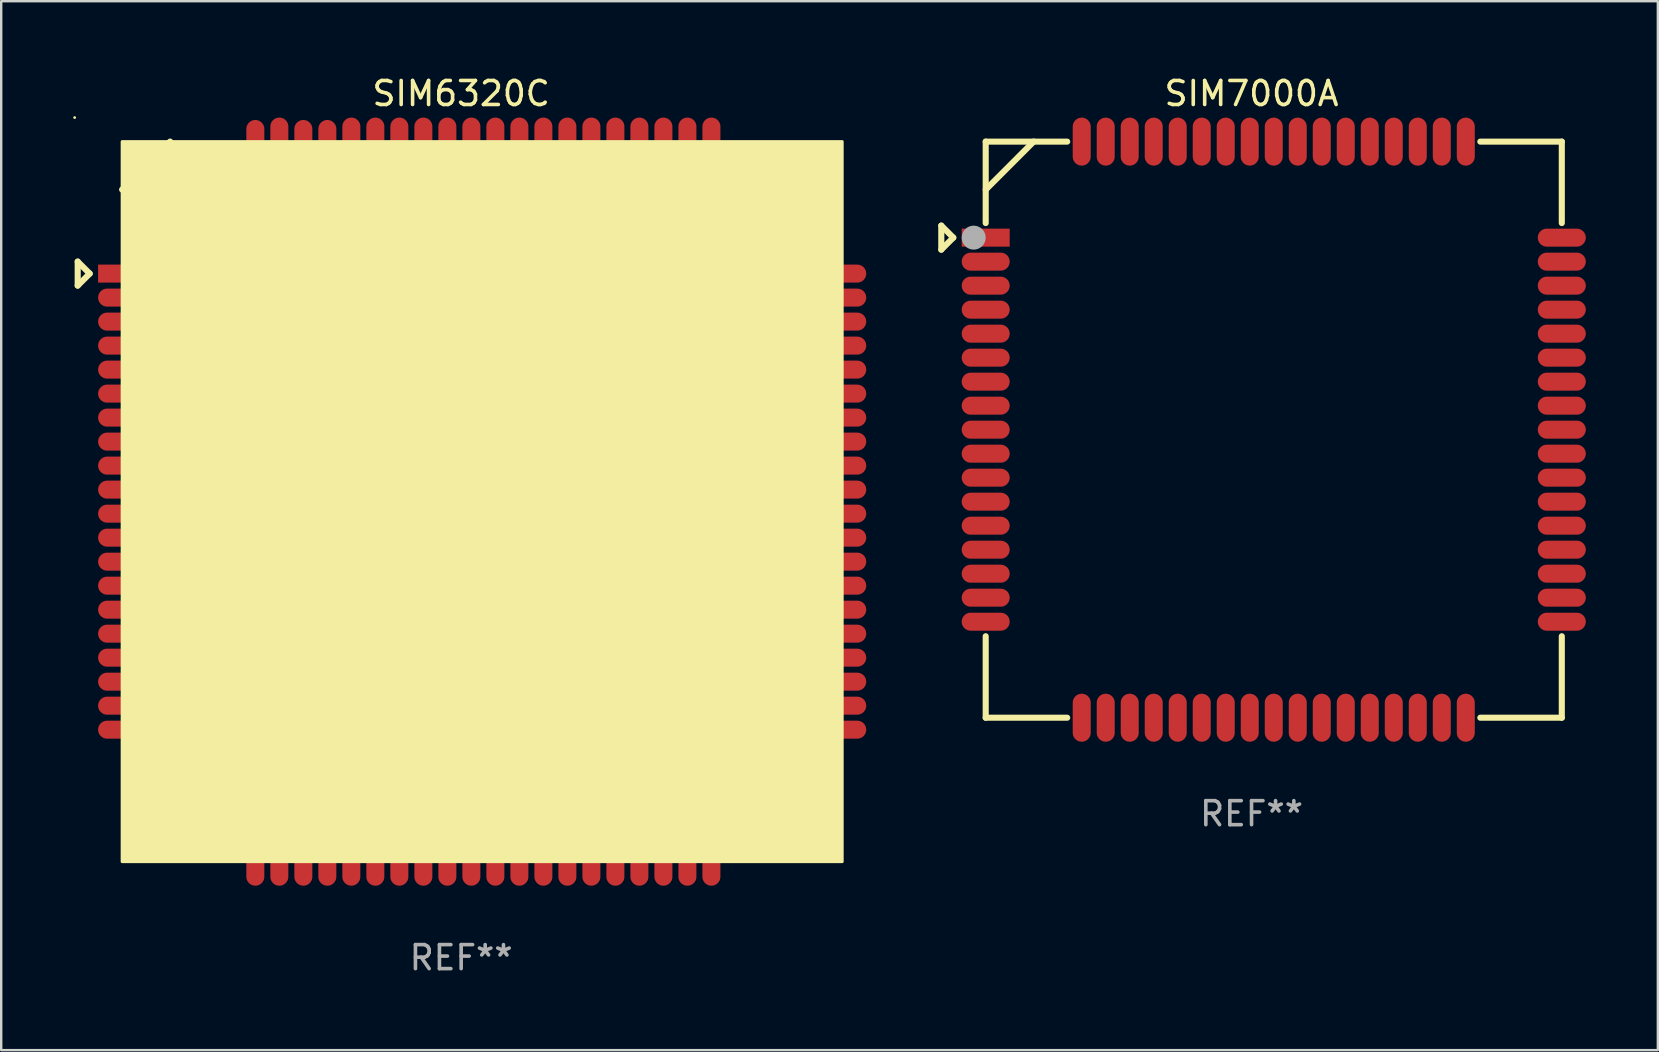
<source format=kicad_pcb>
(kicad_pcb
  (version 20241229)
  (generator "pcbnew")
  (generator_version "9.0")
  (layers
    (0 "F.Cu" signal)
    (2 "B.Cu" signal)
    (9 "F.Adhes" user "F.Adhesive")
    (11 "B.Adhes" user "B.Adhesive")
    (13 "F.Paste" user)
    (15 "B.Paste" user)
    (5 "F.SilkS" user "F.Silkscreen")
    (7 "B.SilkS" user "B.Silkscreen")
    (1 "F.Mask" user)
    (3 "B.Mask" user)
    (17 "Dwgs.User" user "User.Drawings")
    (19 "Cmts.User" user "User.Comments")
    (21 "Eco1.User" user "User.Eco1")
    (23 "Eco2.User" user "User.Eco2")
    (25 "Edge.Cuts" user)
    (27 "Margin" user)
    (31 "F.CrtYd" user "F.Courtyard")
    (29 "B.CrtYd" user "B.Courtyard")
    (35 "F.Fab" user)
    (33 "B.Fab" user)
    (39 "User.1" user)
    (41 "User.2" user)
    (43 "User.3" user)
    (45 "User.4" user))
  (footprint "SIM6320C"
    (layer "F.Cu")
    (at 16.162 17.848)
    (property "Reference" "SIM6320C" (at 0 -17 0) (layer "F.SilkS") (effects (font (size 1 1) (thickness 0.15))))
    (attr through_hole)
    (fp_line (start -15.975 -10) (end -15.975 -9) (stroke (width 0.254) (type solid)) (layer "F.SilkS"))
    (fp_line (start -15.975 -9) (end -15.475 -9.5) (stroke (width 0.254) (type solid)) (layer "F.SilkS"))
    (fp_line (start -15.475 -9.5) (end -15.975 -10) (stroke (width 0.254) (type solid)) (layer "F.SilkS"))
    (fp_line (start -12.125 -15) (end -14.125 -13) (stroke (width 0.254) (type solid)) (layer "F.SilkS"))
    (fp_circle (center -16.102 -16) (end -16.072 -16) (stroke (width 0.06) (type solid)) (fill no) (layer "F.SilkS"))
    (fp_poly (pts (xy -14.125 -15) (xy 15.875 -15) (xy 15.875 15) (xy -14.125 15)) (stroke (width 0.12) (type solid)) (fill yes) (layer "F.SilkS"))
    (fp_text user "REF**" (at 0 19 0) (layer "F.Fab") (effects (font (size 1 1) (thickness 0.15))))
    (pad "1" smd rect (at -14.125 -9.5) (size 2 0.75) (layers "F.Cu" "F.Mask" "F.Paste"))
    (pad "2" smd oval (at -14.125 -8.5) (size 2 0.75) (layers "F.Cu" "F.Mask" "F.Paste"))
    (pad "3" smd oval (at -14.125 -7.5) (size 2 0.75) (layers "F.Cu" "F.Mask" "F.Paste"))
    (pad "4" smd oval (at -14.125 -6.5) (size 2 0.75) (layers "F.Cu" "F.Mask" "F.Paste"))
    (pad "5" smd oval (at -14.125 -5.5) (size 2 0.75) (layers "F.Cu" "F.Mask" "F.Paste"))
    (pad "6" smd oval (at -14.125 -4.5) (size 2 0.75) (layers "F.Cu" "F.Mask" "F.Paste"))
    (pad "7" smd oval (at -14.125 -3.5) (size 2 0.75) (layers "F.Cu" "F.Mask" "F.Paste"))
    (pad "8" smd oval (at -14.125 -2.5) (size 2 0.75) (layers "F.Cu" "F.Mask" "F.Paste"))
    (pad "9" smd oval (at -14.125 -1.5) (size 2 0.75) (layers "F.Cu" "F.Mask" "F.Paste"))
    (pad "10" smd oval (at -14.125 -0.5) (size 2 0.75) (layers "F.Cu" "F.Mask" "F.Paste"))
    (pad "11" smd oval (at -14.125 0.5) (size 2 0.75) (layers "F.Cu" "F.Mask" "F.Paste"))
    (pad "12" smd oval (at -14.125 1.5) (size 2 0.75) (layers "F.Cu" "F.Mask" "F.Paste"))
    (pad "13" smd oval (at -14.125 2.5) (size 2 0.75) (layers "F.Cu" "F.Mask" "F.Paste"))
    (pad "14" smd oval (at -14.125 3.5) (size 2 0.75) (layers "F.Cu" "F.Mask" "F.Paste"))
    (pad "15" smd oval (at -14.125 4.5) (size 2 0.75) (layers "F.Cu" "F.Mask" "F.Paste"))
    (pad "16" smd oval (at -14.125 5.5) (size 2 0.75) (layers "F.Cu" "F.Mask" "F.Paste"))
    (pad "17" smd oval (at -14.125 6.5) (size 2 0.75) (layers "F.Cu" "F.Mask" "F.Paste"))
    (pad "18" smd oval (at -14.125 7.5) (size 2 0.75) (layers "F.Cu" "F.Mask" "F.Paste"))
    (pad "19" smd oval (at -14.125 8.5) (size 2 0.75) (layers "F.Cu" "F.Mask" "F.Paste"))
    (pad "20" smd oval (at -14.125 9.5) (size 2 0.75) (layers "F.Cu" "F.Mask" "F.Paste"))
    (pad "21" smd oval (at -8.575 15 90) (size 2 0.75) (layers "F.Cu" "F.Mask" "F.Paste"))
    (pad "22" smd oval (at -7.575 15 90) (size 2 0.75) (layers "F.Cu" "F.Mask" "F.Paste"))
    (pad "23" smd oval (at -6.575 15 90) (size 2 0.75) (layers "F.Cu" "F.Mask" "F.Paste"))
    (pad "24" smd oval (at -5.575 15 90) (size 2 0.75) (layers "F.Cu" "F.Mask" "F.Paste"))
    (pad "25" smd oval (at -4.575 15 90) (size 2 0.75) (layers "F.Cu" "F.Mask" "F.Paste"))
    (pad "26" smd oval (at -3.575 15 90) (size 2 0.75) (layers "F.Cu" "F.Mask" "F.Paste"))
    (pad "27" smd oval (at -2.575 15 90) (size 2 0.75) (layers "F.Cu" "F.Mask" "F.Paste"))
    (pad "28" smd oval (at -1.575 15 90) (size 2 0.75) (layers "F.Cu" "F.Mask" "F.Paste"))
    (pad "29" smd oval (at -0.575 15 90) (size 2 0.75) (layers "F.Cu" "F.Mask" "F.Paste"))
    (pad "30" smd oval (at 0.425 15 90) (size 2 0.75) (layers "F.Cu" "F.Mask" "F.Paste"))
    (pad "31" smd oval (at 1.425 15 90) (size 2 0.75) (layers "F.Cu" "F.Mask" "F.Paste"))
    (pad "32" smd oval (at 2.425 15 90) (size 2 0.75) (layers "F.Cu" "F.Mask" "F.Paste"))
    (pad "33" smd oval (at 3.425 15 90) (size 2 0.75) (layers "F.Cu" "F.Mask" "F.Paste"))
    (pad "34" smd oval (at 4.425 15 90) (size 2 0.75) (layers "F.Cu" "F.Mask" "F.Paste"))
    (pad "35" smd oval (at 5.425 15 90) (size 2 0.75) (layers "F.Cu" "F.Mask" "F.Paste"))
    (pad "36" smd oval (at 6.425 15 90) (size 2 0.75) (layers "F.Cu" "F.Mask" "F.Paste"))
    (pad "37" smd oval (at 7.425 15 90) (size 2 0.75) (layers "F.Cu" "F.Mask" "F.Paste"))
    (pad "38" smd oval (at 8.425 15 90) (size 2 0.75) (layers "F.Cu" "F.Mask" "F.Paste"))
    (pad "39" smd oval (at 9.425 15 90) (size 2 0.75) (layers "F.Cu" "F.Mask" "F.Paste"))
    (pad "40" smd oval (at 10.425 15 90) (size 2 0.75) (layers "F.Cu" "F.Mask" "F.Paste"))
    (pad "41" smd oval (at 15.875 9.5 180) (size 2 0.75) (layers "F.Cu" "F.Mask" "F.Paste"))
    (pad "42" smd oval (at 15.875 8.5 180) (size 2 0.75) (layers "F.Cu" "F.Mask" "F.Paste"))
    (pad "43" smd oval (at 15.875 7.5 180) (size 2 0.75) (layers "F.Cu" "F.Mask" "F.Paste"))
    (pad "44" smd oval (at 15.875 6.5 180) (size 2 0.75) (layers "F.Cu" "F.Mask" "F.Paste"))
    (pad "45" smd oval (at 15.875 5.5 180) (size 2 0.75) (layers "F.Cu" "F.Mask" "F.Paste"))
    (pad "46" smd oval (at 15.875 4.5 180) (size 2 0.75) (layers "F.Cu" "F.Mask" "F.Paste"))
    (pad "47" smd oval (at 15.875 3.5 180) (size 2 0.75) (layers "F.Cu" "F.Mask" "F.Paste"))
    (pad "48" smd oval (at 15.875 2.5 180) (size 2 0.75) (layers "F.Cu" "F.Mask" "F.Paste"))
    (pad "49" smd oval (at 15.875 1.5 180) (size 2 0.75) (layers "F.Cu" "F.Mask" "F.Paste"))
    (pad "50" smd oval (at 15.875 0.5 180) (size 2 0.75) (layers "F.Cu" "F.Mask" "F.Paste"))
    (pad "51" smd oval (at 15.875 -0.5 180) (size 2 0.75) (layers "F.Cu" "F.Mask" "F.Paste"))
    (pad "52" smd oval (at 15.875 -1.5 180) (size 2 0.75) (layers "F.Cu" "F.Mask" "F.Paste"))
    (pad "53" smd oval (at 15.875 -2.5 180) (size 2 0.75) (layers "F.Cu" "F.Mask" "F.Paste"))
    (pad "54" smd oval (at 15.875 -3.5 180) (size 2 0.75) (layers "F.Cu" "F.Mask" "F.Paste"))
    (pad "55" smd oval (at 15.875 -4.5 180) (size 2 0.75) (layers "F.Cu" "F.Mask" "F.Paste"))
    (pad "56" smd oval (at 15.875 -5.5 180) (size 2 0.75) (layers "F.Cu" "F.Mask" "F.Paste"))
    (pad "57" smd oval (at 15.975 -6.5 180) (size 1.8 0.75) (layers "F.Cu" "F.Mask" "F.Paste"))
    (pad "58" smd oval (at 15.975 -7.5 180) (size 1.8 0.75) (layers "F.Cu" "F.Mask" "F.Paste"))
    (pad "59" smd oval (at 15.875 -8.5 180) (size 2 0.75) (layers "F.Cu" "F.Mask" "F.Paste"))
    (pad "60" smd oval (at 15.975 -9.5 180) (size 1.8 0.75) (layers "F.Cu" "F.Mask" "F.Paste"))
    (pad "61" smd oval (at 10.425 -15 270) (size 2 0.75) (layers "F.Cu" "F.Mask" "F.Paste"))
    (pad "62" smd oval (at 9.425 -15 270) (size 2 0.75) (layers "F.Cu" "F.Mask" "F.Paste"))
    (pad "63" smd oval (at 8.425 -15 270) (size 2 0.75) (layers "F.Cu" "F.Mask" "F.Paste"))
    (pad "64" smd oval (at 7.425 -15 270) (size 2 0.75) (layers "F.Cu" "F.Mask" "F.Paste"))
    (pad "65" smd oval (at 6.425 -15 270) (size 2 0.75) (layers "F.Cu" "F.Mask" "F.Paste"))
    (pad "66" smd oval (at 5.425 -15 270) (size 2 0.75) (layers "F.Cu" "F.Mask" "F.Paste"))
    (pad "67" smd oval (at 4.425 -15 270) (size 2 0.75) (layers "F.Cu" "F.Mask" "F.Paste"))
    (pad "68" smd oval (at 3.425 -15 270) (size 2 0.75) (layers "F.Cu" "F.Mask" "F.Paste"))
    (pad "69" smd oval (at 2.425 -15 270) (size 2 0.75) (layers "F.Cu" "F.Mask" "F.Paste"))
    (pad "70" smd oval (at 1.425 -15 270) (size 2 0.75) (layers "F.Cu" "F.Mask" "F.Paste"))
    (pad "71" smd oval (at 0.425 -15 270) (size 2 0.75) (layers "F.Cu" "F.Mask" "F.Paste"))
    (pad "72" smd oval (at -0.575 -15 270) (size 2 0.75) (layers "F.Cu" "F.Mask" "F.Paste"))
    (pad "73" smd oval (at -1.575 -15 270) (size 2 0.75) (layers "F.Cu" "F.Mask" "F.Paste"))
    (pad "74" smd oval (at -2.575 -15 270) (size 2 0.75) (layers "F.Cu" "F.Mask" "F.Paste"))
    (pad "75" smd oval (at -3.575 -15 270) (size 2 0.75) (layers "F.Cu" "F.Mask" "F.Paste"))
    (pad "76" smd oval (at -4.575 -15 270) (size 2 0.75) (layers "F.Cu" "F.Mask" "F.Paste"))
    (pad "77" smd oval (at -5.575 -15 270) (size 1.8 0.75) (layers "F.Cu" "F.Mask" "F.Paste"))
    (pad "78" smd oval (at -6.575 -15 270) (size 1.8 0.75) (layers "F.Cu" "F.Mask" "F.Paste"))
    (pad "79" smd oval (at -7.575 -15 270) (size 2 0.75) (layers "F.Cu" "F.Mask" "F.Paste"))
    (pad "80" smd oval (at -8.575 -15 270) (size 1.8 0.75) (layers "F.Cu" "F.Mask" "F.Paste")))
  (footprint "SIM7000A"
    (layer "F.Cu")
    (at 49.089 14.849)
    (property "Reference" "SIM7000A" (at 0 -14.001 0) (layer "F.SilkS") (effects (font (size 1 1) (thickness 0.15))))
    (attr through_hole)
    (fp_line (start -12.925 -8.5) (end -12.925 -7.499) (stroke (width 0.254) (type solid)) (layer "F.SilkS"))
    (fp_line (start -12.925 -7.499) (end -12.425 -7.999) (stroke (width 0.254) (type solid)) (layer "F.SilkS"))
    (fp_line (start -12.425 -7.999) (end -12.925 -8.5) (stroke (width 0.254) (type solid)) (layer "F.SilkS"))
    (fp_line (start -11.075 -11.999) (end -7.681 -11.999) (stroke (width 0.254) (type solid)) (layer "F.SilkS"))
    (fp_line (start -11.075 -8.606) (end -11.075 -11.999) (stroke (width 0.254) (type solid)) (layer "F.SilkS"))
    (fp_line (start -11.075 12.001) (end -11.075 8.607) (stroke (width 0.254) (type solid)) (layer "F.SilkS"))
    (fp_line (start -9.075 -12.001) (end -11.074 -9.999) (stroke (width 0.254) (type solid)) (layer "F.SilkS"))
    (fp_line (start -7.681 12.001) (end -11.075 12.001) (stroke (width 0.254) (type solid)) (layer "F.SilkS"))
    (fp_line (start 9.531 -11.999) (end 12.925 -11.999) (stroke (width 0.254) (type solid)) (layer "F.SilkS"))
    (fp_line (start 12.925 -11.999) (end 12.925 -8.606) (stroke (width 0.254) (type solid)) (layer "F.SilkS"))
    (fp_line (start 12.925 8.607) (end 12.925 12.001) (stroke (width 0.254) (type solid)) (layer "F.SilkS"))
    (fp_line (start 12.925 12.001) (end 9.531 12.001) (stroke (width 0.254) (type solid)) (layer "F.SilkS"))
    (fp_circle (center -11.08 -12.003) (end -11.05 -12.003) (stroke (width 0.06) (type solid)) (fill no) (layer "F.SilkS"))
    (fp_circle (center -11.575 -7.999) (end -11.325 -7.999) (stroke (width 0.5) (type solid)) (fill no) (layer "F.Fab"))
    (fp_text user "REF**" (at 0 16.001 0) (layer "F.Fab") (effects (font (size 1 1) (thickness 0.15))))
    (pad "1" smd rect (at -11.075 -7.999) (size 2 0.75) (layers "F.Cu" "F.Mask" "F.Paste"))
    (pad "2" smd oval (at -11.075 -6.999) (size 2 0.75) (layers "F.Cu" "F.Mask" "F.Paste"))
    (pad "3" smd oval (at -11.075 -5.999) (size 2 0.75) (layers "F.Cu" "F.Mask" "F.Paste"))
    (pad "4" smd oval (at -11.075 -4.999) (size 2 0.75) (layers "F.Cu" "F.Mask" "F.Paste"))
    (pad "5" smd oval (at -11.075 -3.999) (size 2 0.75) (layers "F.Cu" "F.Mask" "F.Paste"))
    (pad "6" smd oval (at -11.075 -2.999) (size 2 0.75) (layers "F.Cu" "F.Mask" "F.Paste"))
    (pad "7" smd oval (at -11.075 -1.999) (size 2 0.75) (layers "F.Cu" "F.Mask" "F.Paste"))
    (pad "8" smd oval (at -11.075 -0.999) (size 2 0.75) (layers "F.Cu" "F.Mask" "F.Paste"))
    (pad "9" smd oval (at -11.075 0.001) (size 2 0.75) (layers "F.Cu" "F.Mask" "F.Paste"))
    (pad "10" smd oval (at -11.075 1.001) (size 2 0.75) (layers "F.Cu" "F.Mask" "F.Paste"))
    (pad "11" smd oval (at -11.075 2.001) (size 2 0.75) (layers "F.Cu" "F.Mask" "F.Paste"))
    (pad "12" smd oval (at -11.075 3.001) (size 2 0.75) (layers "F.Cu" "F.Mask" "F.Paste"))
    (pad "13" smd oval (at -11.075 4.001) (size 2 0.75) (layers "F.Cu" "F.Mask" "F.Paste"))
    (pad "14" smd oval (at -11.075 5.001) (size 2 0.75) (layers "F.Cu" "F.Mask" "F.Paste"))
    (pad "15" smd oval (at -11.075 6.001) (size 2 0.75) (layers "F.Cu" "F.Mask" "F.Paste"))
    (pad "16" smd oval (at -11.075 7.001) (size 2 0.75) (layers "F.Cu" "F.Mask" "F.Paste"))
    (pad "17" smd oval (at -11.075 8.001) (size 2 0.75) (layers "F.Cu" "F.Mask" "F.Paste"))
    (pad "18" smd oval (at -7.075 12.001 90) (size 2 0.75) (layers "F.Cu" "F.Mask" "F.Paste"))
    (pad "19" smd oval (at -6.075 12.001 90) (size 2 0.75) (layers "F.Cu" "F.Mask" "F.Paste"))
    (pad "20" smd oval (at -5.075 12.001 90) (size 2 0.75) (layers "F.Cu" "F.Mask" "F.Paste"))
    (pad "21" smd oval (at -4.075 12.001 90) (size 2 0.75) (layers "F.Cu" "F.Mask" "F.Paste"))
    (pad "22" smd oval (at -3.075 12.001 90) (size 2 0.75) (layers "F.Cu" "F.Mask" "F.Paste"))
    (pad "23" smd oval (at -2.075 12.001 90) (size 2 0.75) (layers "F.Cu" "F.Mask" "F.Paste"))
    (pad "24" smd oval (at -1.075 12.001 90) (size 2 0.75) (layers "F.Cu" "F.Mask" "F.Paste"))
    (pad "25" smd oval (at -0.075 12.001 90) (size 2 0.75) (layers "F.Cu" "F.Mask" "F.Paste"))
    (pad "26" smd oval (at 0.925 12.001 90) (size 2 0.75) (layers "F.Cu" "F.Mask" "F.Paste"))
    (pad "27" smd oval (at 1.925 12.001 90) (size 2 0.75) (layers "F.Cu" "F.Mask" "F.Paste"))
    (pad "28" smd oval (at 2.925 12.001 90) (size 2 0.75) (layers "F.Cu" "F.Mask" "F.Paste"))
    (pad "29" smd oval (at 3.925 12.001 90) (size 2 0.75) (layers "F.Cu" "F.Mask" "F.Paste"))
    (pad "30" smd oval (at 4.925 12.001 90) (size 2 0.75) (layers "F.Cu" "F.Mask" "F.Paste"))
    (pad "31" smd oval (at 5.925 12.001 90) (size 2 0.75) (layers "F.Cu" "F.Mask" "F.Paste"))
    (pad "32" smd oval (at 6.925 12.001 90) (size 2 0.75) (layers "F.Cu" "F.Mask" "F.Paste"))
    (pad "33" smd oval (at 7.925 12.001 90) (size 2 0.75) (layers "F.Cu" "F.Mask" "F.Paste"))
    (pad "34" smd oval (at 8.925 12.001 90) (size 2 0.75) (layers "F.Cu" "F.Mask" "F.Paste"))
    (pad "35" smd oval (at 12.925 8.001 180) (size 2 0.75) (layers "F.Cu" "F.Mask" "F.Paste"))
    (pad "36" smd oval (at 12.925 7.001 180) (size 2 0.75) (layers "F.Cu" "F.Mask" "F.Paste"))
    (pad "37" smd oval (at 12.925 6.001 180) (size 2 0.75) (layers "F.Cu" "F.Mask" "F.Paste"))
    (pad "38" smd oval (at 12.925 5.001 180) (size 2 0.75) (layers "F.Cu" "F.Mask" "F.Paste"))
    (pad "39" smd oval (at 12.925 4.001 180) (size 2 0.75) (layers "F.Cu" "F.Mask" "F.Paste"))
    (pad "40" smd oval (at 12.925 3.001 180) (size 2 0.75) (layers "F.Cu" "F.Mask" "F.Paste"))
    (pad "41" smd oval (at 12.925 2.001 180) (size 2 0.75) (layers "F.Cu" "F.Mask" "F.Paste"))
    (pad "42" smd oval (at 12.925 1.001 180) (size 2 0.75) (layers "F.Cu" "F.Mask" "F.Paste"))
    (pad "43" smd oval (at 12.925 0.001 180) (size 2 0.75) (layers "F.Cu" "F.Mask" "F.Paste"))
    (pad "44" smd oval (at 12.925 -0.999 180) (size 2 0.75) (layers "F.Cu" "F.Mask" "F.Paste"))
    (pad "45" smd oval (at 12.925 -1.999 180) (size 2 0.75) (layers "F.Cu" "F.Mask" "F.Paste"))
    (pad "46" smd oval (at 12.925 -2.999 180) (size 2 0.75) (layers "F.Cu" "F.Mask" "F.Paste"))
    (pad "47" smd oval (at 12.925 -3.999 180) (size 2 0.75) (layers "F.Cu" "F.Mask" "F.Paste"))
    (pad "48" smd oval (at 12.925 -4.999 180) (size 2 0.75) (layers "F.Cu" "F.Mask" "F.Paste"))
    (pad "49" smd oval (at 12.925 -5.999 180) (size 2 0.75) (layers "F.Cu" "F.Mask" "F.Paste"))
    (pad "50" smd oval (at 12.925 -6.999 180) (size 2 0.75) (layers "F.Cu" "F.Mask" "F.Paste"))
    (pad "51" smd oval (at 12.925 -7.999 180) (size 2 0.75) (layers "F.Cu" "F.Mask" "F.Paste"))
    (pad "52" smd oval (at 8.925 -11.999 270) (size 2 0.75) (layers "F.Cu" "F.Mask" "F.Paste"))
    (pad "53" smd oval (at 7.925 -11.999 270) (size 2 0.75) (layers "F.Cu" "F.Mask" "F.Paste"))
    (pad "54" smd oval (at 6.925 -11.999 270) (size 2 0.75) (layers "F.Cu" "F.Mask" "F.Paste"))
    (pad "55" smd oval (at 5.925 -11.999 270) (size 2 0.75) (layers "F.Cu" "F.Mask" "F.Paste"))
    (pad "56" smd oval (at 4.925 -11.999 270) (size 2 0.75) (layers "F.Cu" "F.Mask" "F.Paste"))
    (pad "57" smd oval (at 3.925 -11.999 270) (size 2 0.75) (layers "F.Cu" "F.Mask" "F.Paste"))
    (pad "58" smd oval (at 2.925 -11.999 270) (size 2 0.75) (layers "F.Cu" "F.Mask" "F.Paste"))
    (pad "59" smd oval (at 1.925 -11.999 270) (size 2 0.75) (layers "F.Cu" "F.Mask" "F.Paste"))
    (pad "60" smd oval (at 0.925 -11.999 270) (size 2 0.75) (layers "F.Cu" "F.Mask" "F.Paste"))
    (pad "61" smd oval (at -0.075 -11.999 270) (size 2 0.75) (layers "F.Cu" "F.Mask" "F.Paste"))
    (pad "62" smd oval (at -1.075 -11.999 270) (size 2 0.75) (layers "F.Cu" "F.Mask" "F.Paste"))
    (pad "63" smd oval (at -2.075 -11.999 270) (size 2 0.75) (layers "F.Cu" "F.Mask" "F.Paste"))
    (pad "64" smd oval (at -3.075 -11.999 270) (size 2 0.75) (layers "F.Cu" "F.Mask" "F.Paste"))
    (pad "65" smd oval (at -4.075 -11.999 270) (size 2 0.75) (layers "F.Cu" "F.Mask" "F.Paste"))
    (pad "66" smd oval (at -5.075 -11.999 270) (size 2 0.75) (layers "F.Cu" "F.Mask" "F.Paste"))
    (pad "67" smd oval (at -6.075 -11.999 270) (size 2 0.75) (layers "F.Cu" "F.Mask" "F.Paste"))
    (pad "68" smd oval (at -7.075 -11.999 270) (size 2 0.75) (layers "F.Cu" "F.Mask" "F.Paste")))
  (gr_rect
    (start -3 -3)
    (end 66.015 40.697)
    (stroke (width 0.1) (type default))
    (fill no)
    (layer "Edge.Cuts")))
</source>
